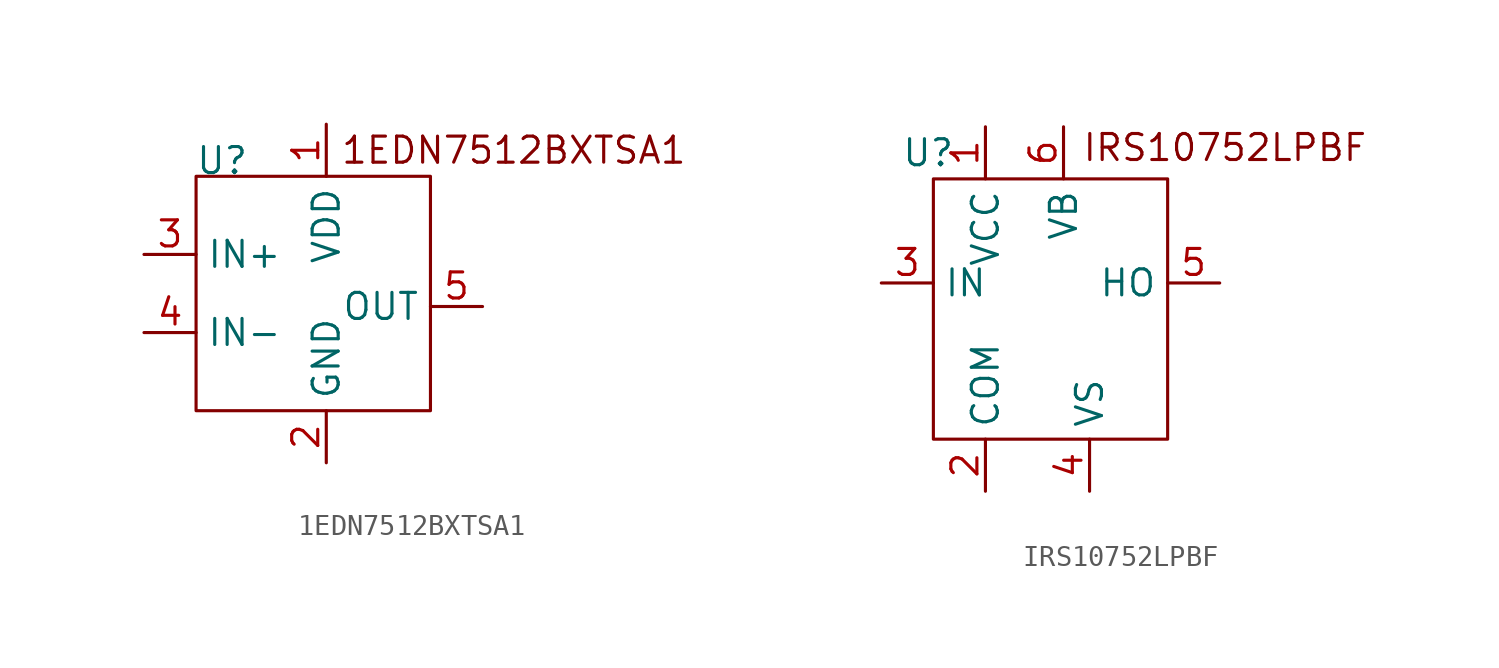
<source format=kicad_sym>
(kicad_symbol_lib
  (version 20231120)
  (generator "kicad_symbol_editor")
  (generator_version "8.0")
  (symbol "1EDN7512BXTSA1"
    (property "Reference" "U"
      (at -5.08 5.842 0)
      (effects (font (size 1.27 1.27))))
    (property "Value" ""
      (at 5.08 5.08 0)
      (effects (font (size 1.27 1.27))))
    (symbol "1EDN7512BXTSA1_0_0"
      (pin power_in line (at 0 7.62 270) (length 2.54) (name "VDD" (effects (font (size 1.27 1.27)))) (number "1" (effects (font (size 1.27 1.27)))))
      (pin power_in line (at 0 -8.89 90) (length 2.54) (name "GND" (effects (font (size 1.27 1.27)))) (number "2" (effects (font (size 1.27 1.27)))))
      (pin input line (at -8.89 1.27 0) (length 2.54) (name "IN+" (effects (font (size 1.27 1.27)))) (number "3" (effects (font (size 1.27 1.27)))))
      (pin input line (at -8.89 -2.54 0) (length 2.54) (name "IN-" (effects (font (size 1.27 1.27)))) (number "4" (effects (font (size 1.27 1.27)))))
      (pin output line (at 7.62 -1.27 180) (length 2.54) (name "OUT" (effects (font (size 1.27 1.27)))) (number "5" (effects (font (size 1.27 1.27))))))
    (symbol "1EDN7512BXTSA1_0_1"
      (rectangle (start -6.35 5.08) (end 5.08 -6.35) (stroke (width 0) (type default)) (fill (type none))))
    (symbol "1EDN7512BXTSA1_1_1"
      (text "1EDN7512BXTSA1" (at 9.144 6.35 0) (effects (font (size 1.27 1.27))))))
  (symbol "IRS10752LPBF"
    (property "Reference" "U"
      (at -6.604 6.35 0)
      (effects (font (size 1.27 1.27))))
    (property "Value" ""
      (at 11.43 5.08 0)
      (effects (font (size 1.27 1.27))))
    (symbol "IRS10752LPBF_0_0"
      (pin power_in line (at -3.81 7.62 270) (length 2.54) (name "VCC" (effects (font (size 1.27 1.27)))) (number "1" (effects (font (size 1.27 1.27)))))
      (pin power_in line (at -3.81 -10.16 90) (length 2.54) (name "COM" (effects (font (size 1.27 1.27)))) (number "2" (effects (font (size 1.27 1.27)))))
      (pin input line (at -8.89 0 0) (length 2.54) (name "IN" (effects (font (size 1.27 1.27)))) (number "3" (effects (font (size 1.27 1.27)))))
      (pin power_in line (at 1.27 -10.16 90) (length 2.54) (name "VS" (effects (font (size 1.27 1.27)))) (number "4" (effects (font (size 1.27 1.27)))))
      (pin output line (at 7.62 0 180) (length 2.54) (name "HO" (effects (font (size 1.27 1.27)))) (number "5" (effects (font (size 1.27 1.27)))))
      (pin power_in line (at 0 7.62 270) (length 2.54) (name "VB" (effects (font (size 1.27 1.27)))) (number "6" (effects (font (size 1.27 1.27))))))
    (symbol "IRS10752LPBF_0_1"
      (rectangle (start -6.35 5.08) (end 5.08 -7.62) (stroke (width 0) (type default)) (fill (type none))))
    (symbol "IRS10752LPBF_1_1"
      (text "IRS10752LPBF" (at 7.874 6.604 0) (effects (font (size 1.27 1.27)))))))
</source>
